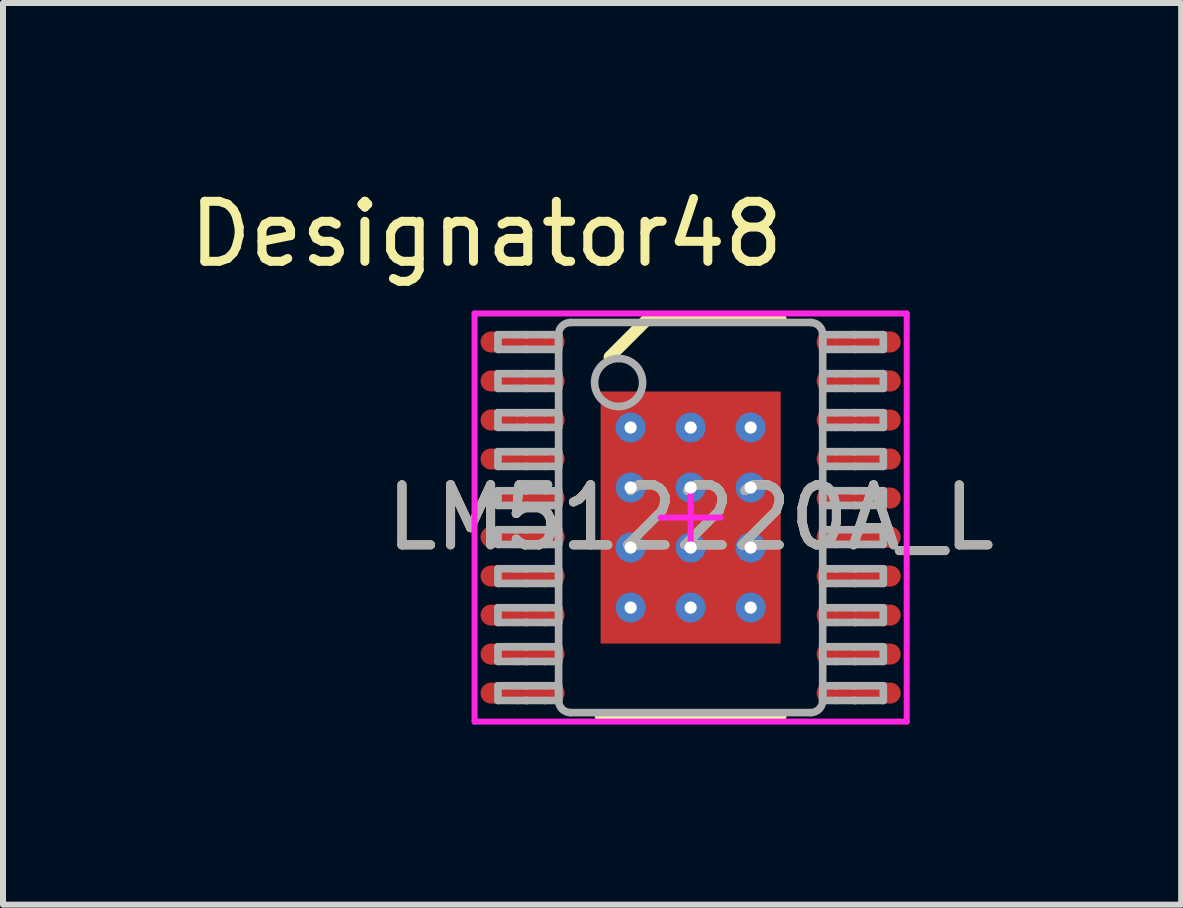
<source format=kicad_pcb>
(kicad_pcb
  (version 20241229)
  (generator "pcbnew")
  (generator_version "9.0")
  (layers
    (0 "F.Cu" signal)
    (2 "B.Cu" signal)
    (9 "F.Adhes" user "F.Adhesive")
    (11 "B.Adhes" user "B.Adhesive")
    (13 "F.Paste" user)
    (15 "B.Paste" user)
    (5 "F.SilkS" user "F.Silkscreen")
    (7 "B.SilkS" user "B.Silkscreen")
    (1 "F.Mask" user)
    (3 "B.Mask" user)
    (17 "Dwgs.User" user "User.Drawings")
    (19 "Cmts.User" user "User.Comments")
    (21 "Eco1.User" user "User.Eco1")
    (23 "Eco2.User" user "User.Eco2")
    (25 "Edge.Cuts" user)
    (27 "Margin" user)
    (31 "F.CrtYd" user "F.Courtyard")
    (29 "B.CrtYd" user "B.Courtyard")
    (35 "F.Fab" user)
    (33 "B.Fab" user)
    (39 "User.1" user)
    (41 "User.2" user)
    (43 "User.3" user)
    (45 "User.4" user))
  (footprint "LM512220A_L"
    (layer "F.Cu")
    (at 8.457 5.573)
    (property "Reference" "LM512220A_L" (at 0 0 0) (unlocked yes) (layer "F.SilkS") (effects (font (size 1 1) (thickness 0.15))))
    (attr smd)
    (fp_line (start -1.5 3.3) (end 1.5 3.3) (stroke (width 0.2) (type solid)) (layer "F.SilkS"))
    (fp_line (start -1.35 -2.675) (end -0.725 -3.3) (stroke (width 0.2) (type solid)) (layer "F.SilkS"))
    (fp_line (start -0.725 -3.3) (end 1.5 -3.3) (stroke (width 0.2) (type solid)) (layer "F.SilkS"))
    (fp_line (start -3.6 -3.4) (end 3.6 -3.4) (stroke (width 0.1) (type solid)) (layer "F.CrtYd"))
    (fp_line (start -3.6 3.4) (end -3.6 -3.4) (stroke (width 0.1) (type solid)) (layer "F.CrtYd"))
    (fp_line (start -3.6 3.4) (end 3.6 3.4) (stroke (width 0.1) (type solid)) (layer "F.CrtYd"))
    (fp_line (start -0.5 0) (end 0.5 0) (stroke (width 0.1) (type solid)) (layer "F.CrtYd"))
    (fp_line (start 0 0.5) (end 0 -0.5) (stroke (width 0.1) (type solid)) (layer "F.CrtYd"))
    (fp_line (start 3.6 3.4) (end 3.6 -3.4) (stroke (width 0.1) (type solid)) (layer "F.CrtYd"))
    (fp_line (start -3.21 -3.047) (end -2.887 -3.047) (stroke (width 0.127) (type solid)) (layer "F.Fab"))
    (fp_line (start -3.21 -2.802) (end -3.21 -3.047) (stroke (width 0.127) (type solid)) (layer "F.Fab"))
    (fp_line (start -3.21 -2.802) (end -2.887 -2.802) (stroke (width 0.127) (type solid)) (layer "F.Fab"))
    (fp_line (start -3.21 -2.397) (end -2.887 -2.397) (stroke (width 0.127) (type solid)) (layer "F.Fab"))
    (fp_line (start -3.21 -2.152) (end -3.21 -2.397) (stroke (width 0.127) (type solid)) (layer "F.Fab"))
    (fp_line (start -3.21 -2.152) (end -2.887 -2.152) (stroke (width 0.127) (type solid)) (layer "F.Fab"))
    (fp_line (start -3.21 -1.747) (end -2.887 -1.747) (stroke (width 0.127) (type solid)) (layer "F.Fab"))
    (fp_line (start -3.21 -1.502) (end -3.21 -1.747) (stroke (width 0.127) (type solid)) (layer "F.Fab"))
    (fp_line (start -3.21 -1.502) (end -2.887 -1.502) (stroke (width 0.127) (type solid)) (layer "F.Fab"))
    (fp_line (start -3.21 -1.097) (end -2.887 -1.097) (stroke (width 0.127) (type solid)) (layer "F.Fab"))
    (fp_line (start -3.21 -0.852) (end -3.21 -1.097) (stroke (width 0.127) (type solid)) (layer "F.Fab"))
    (fp_line (start -3.21 -0.852) (end -2.887 -0.852) (stroke (width 0.127) (type solid)) (layer "F.Fab"))
    (fp_line (start -3.21 -0.447) (end -2.887 -0.447) (stroke (width 0.127) (type solid)) (layer "F.Fab"))
    (fp_line (start -3.21 -0.202) (end -3.21 -0.447) (stroke (width 0.127) (type solid)) (layer "F.Fab"))
    (fp_line (start -3.21 -0.202) (end -2.887 -0.202) (stroke (width 0.127) (type solid)) (layer "F.Fab"))
    (fp_line (start -3.21 0.203) (end -2.887 0.203) (stroke (width 0.127) (type solid)) (layer "F.Fab"))
    (fp_line (start -3.21 0.448) (end -3.21 0.203) (stroke (width 0.127) (type solid)) (layer "F.Fab"))
    (fp_line (start -3.21 0.448) (end -2.887 0.448) (stroke (width 0.127) (type solid)) (layer "F.Fab"))
    (fp_line (start -3.21 0.853) (end -2.887 0.853) (stroke (width 0.127) (type solid)) (layer "F.Fab"))
    (fp_line (start -3.21 1.098) (end -3.21 0.853) (stroke (width 0.127) (type solid)) (layer "F.Fab"))
    (fp_line (start -3.21 1.098) (end -2.887 1.098) (stroke (width 0.127) (type solid)) (layer "F.Fab"))
    (fp_line (start -3.21 1.503) (end -2.887 1.503) (stroke (width 0.127) (type solid)) (layer "F.Fab"))
    (fp_line (start -3.21 1.748) (end -3.21 1.503) (stroke (width 0.127) (type solid)) (layer "F.Fab"))
    (fp_line (start -3.21 1.748) (end -2.887 1.748) (stroke (width 0.127) (type solid)) (layer "F.Fab"))
    (fp_line (start -3.21 2.153) (end -2.887 2.153) (stroke (width 0.127) (type solid)) (layer "F.Fab"))
    (fp_line (start -3.21 2.398) (end -3.21 2.153) (stroke (width 0.127) (type solid)) (layer "F.Fab"))
    (fp_line (start -3.21 2.398) (end -2.887 2.398) (stroke (width 0.127) (type solid)) (layer "F.Fab"))
    (fp_line (start -3.21 2.803) (end -2.887 2.803) (stroke (width 0.127) (type solid)) (layer "F.Fab"))
    (fp_line (start -3.21 3.048) (end -3.21 2.803) (stroke (width 0.127) (type solid)) (layer "F.Fab"))
    (fp_line (start -3.21 3.048) (end -2.887 3.048) (stroke (width 0.127) (type solid)) (layer "F.Fab"))
    (fp_line (start -2.887 -3.047) (end -2.739 -3.047) (stroke (width 0.127) (type solid)) (layer "F.Fab"))
    (fp_line (start -2.887 -2.802) (end -2.739 -2.802) (stroke (width 0.127) (type solid)) (layer "F.Fab"))
    (fp_line (start -2.887 -2.397) (end -2.739 -2.397) (stroke (width 0.127) (type solid)) (layer "F.Fab"))
    (fp_line (start -2.887 -2.152) (end -2.739 -2.152) (stroke (width 0.127) (type solid)) (layer "F.Fab"))
    (fp_line (start -2.887 -1.747) (end -2.739 -1.747) (stroke (width 0.127) (type solid)) (layer "F.Fab"))
    (fp_line (start -2.887 -1.502) (end -2.739 -1.502) (stroke (width 0.127) (type solid)) (layer "F.Fab"))
    (fp_line (start -2.887 -1.097) (end -2.739 -1.097) (stroke (width 0.127) (type solid)) (layer "F.Fab"))
    (fp_line (start -2.887 -0.852) (end -2.739 -0.852) (stroke (width 0.127) (type solid)) (layer "F.Fab"))
    (fp_line (start -2.887 -0.447) (end -2.739 -0.447) (stroke (width 0.127) (type solid)) (layer "F.Fab"))
    (fp_line (start -2.887 -0.202) (end -2.739 -0.202) (stroke (width 0.127) (type solid)) (layer "F.Fab"))
    (fp_line (start -2.887 0.203) (end -2.739 0.203) (stroke (width 0.127) (type solid)) (layer "F.Fab"))
    (fp_line (start -2.887 0.448) (end -2.739 0.448) (stroke (width 0.127) (type solid)) (layer "F.Fab"))
    (fp_line (start -2.887 0.853) (end -2.739 0.853) (stroke (width 0.127) (type solid)) (layer "F.Fab"))
    (fp_line (start -2.887 1.098) (end -2.739 1.098) (stroke (width 0.127) (type solid)) (layer "F.Fab"))
    (fp_line (start -2.887 1.503) (end -2.739 1.503) (stroke (width 0.127) (type solid)) (layer "F.Fab"))
    (fp_line (start -2.887 1.748) (end -2.739 1.748) (stroke (width 0.127) (type solid)) (layer "F.Fab"))
    (fp_line (start -2.887 2.153) (end -2.739 2.153) (stroke (width 0.127) (type solid)) (layer "F.Fab"))
    (fp_line (start -2.887 2.398) (end -2.739 2.398) (stroke (width 0.127) (type solid)) (layer "F.Fab"))
    (fp_line (start -2.887 2.803) (end -2.739 2.803) (stroke (width 0.127) (type solid)) (layer "F.Fab"))
    (fp_line (start -2.887 3.048) (end -2.739 3.048) (stroke (width 0.127) (type solid)) (layer "F.Fab"))
    (fp_line (start -2.739 -3.047) (end -2.733 -3.047) (stroke (width 0.127) (type solid)) (layer "F.Fab"))
    (fp_line (start -2.739 -2.802) (end -2.733 -2.802) (stroke (width 0.127) (type solid)) (layer "F.Fab"))
    (fp_line (start -2.739 -2.397) (end -2.733 -2.397) (stroke (width 0.127) (type solid)) (layer "F.Fab"))
    (fp_line (start -2.739 -2.152) (end -2.733 -2.152) (stroke (width 0.127) (type solid)) (layer "F.Fab"))
    (fp_line (start -2.739 -1.747) (end -2.733 -1.747) (stroke (width 0.127) (type solid)) (layer "F.Fab"))
    (fp_line (start -2.739 -1.502) (end -2.733 -1.502) (stroke (width 0.127) (type solid)) (layer "F.Fab"))
    (fp_line (start -2.739 -1.097) (end -2.733 -1.097) (stroke (width 0.127) (type solid)) (layer "F.Fab"))
    (fp_line (start -2.739 -0.852) (end -2.733 -0.852) (stroke (width 0.127) (type solid)) (layer "F.Fab"))
    (fp_line (start -2.739 -0.447) (end -2.733 -0.447) (stroke (width 0.127) (type solid)) (layer "F.Fab"))
    (fp_line (start -2.739 -0.202) (end -2.733 -0.202) (stroke (width 0.127) (type solid)) (layer "F.Fab"))
    (fp_line (start -2.739 0.203) (end -2.733 0.203) (stroke (width 0.127) (type solid)) (layer "F.Fab"))
    (fp_line (start -2.739 0.448) (end -2.733 0.448) (stroke (width 0.127) (type solid)) (layer "F.Fab"))
    (fp_line (start -2.739 0.853) (end -2.733 0.853) (stroke (width 0.127) (type solid)) (layer "F.Fab"))
    (fp_line (start -2.739 1.098) (end -2.733 1.098) (stroke (width 0.127) (type solid)) (layer "F.Fab"))
    (fp_line (start -2.739 1.503) (end -2.733 1.503) (stroke (width 0.127) (type solid)) (layer "F.Fab"))
    (fp_line (start -2.739 1.748) (end -2.733 1.748) (stroke (width 0.127) (type solid)) (layer "F.Fab"))
    (fp_line (start -2.739 2.153) (end -2.733 2.153) (stroke (width 0.127) (type solid)) (layer "F.Fab"))
    (fp_line (start -2.739 2.398) (end -2.733 2.398) (stroke (width 0.127) (type solid)) (layer "F.Fab"))
    (fp_line (start -2.739 2.803) (end -2.733 2.803) (stroke (width 0.127) (type solid)) (layer "F.Fab"))
    (fp_line (start -2.739 3.048) (end -2.733 3.048) (stroke (width 0.127) (type solid)) (layer "F.Fab"))
    (fp_line (start -2.733 -3.047) (end -2.431 -3.047) (stroke (width 0.127) (type solid)) (layer "F.Fab"))
    (fp_line (start -2.733 -2.802) (end -2.431 -2.802) (stroke (width 0.127) (type solid)) (layer "F.Fab"))
    (fp_line (start -2.733 -2.397) (end -2.431 -2.397) (stroke (width 0.127) (type solid)) (layer "F.Fab"))
    (fp_line (start -2.733 -2.152) (end -2.431 -2.152) (stroke (width 0.127) (type solid)) (layer "F.Fab"))
    (fp_line (start -2.733 -1.747) (end -2.431 -1.747) (stroke (width 0.127) (type solid)) (layer "F.Fab"))
    (fp_line (start -2.733 -1.502) (end -2.431 -1.502) (stroke (width 0.127) (type solid)) (layer "F.Fab"))
    (fp_line (start -2.733 -1.097) (end -2.431 -1.097) (stroke (width 0.127) (type solid)) (layer "F.Fab"))
    (fp_line (start -2.733 -0.852) (end -2.431 -0.852) (stroke (width 0.127) (type solid)) (layer "F.Fab"))
    (fp_line (start -2.733 -0.447) (end -2.431 -0.447) (stroke (width 0.127) (type solid)) (layer "F.Fab"))
    (fp_line (start -2.733 -0.202) (end -2.431 -0.202) (stroke (width 0.127) (type solid)) (layer "F.Fab"))
    (fp_line (start -2.733 0.203) (end -2.431 0.203) (stroke (width 0.127) (type solid)) (layer "F.Fab"))
    (fp_line (start -2.733 0.448) (end -2.431 0.448) (stroke (width 0.127) (type solid)) (layer "F.Fab"))
    (fp_line (start -2.733 0.853) (end -2.431 0.853) (stroke (width 0.127) (type solid)) (layer "F.Fab"))
    (fp_line (start -2.733 1.098) (end -2.431 1.098) (stroke (width 0.127) (type solid)) (layer "F.Fab"))
    (fp_line (start -2.733 1.503) (end -2.431 1.503) (stroke (width 0.127) (type solid)) (layer "F.Fab"))
    (fp_line (start -2.733 1.748) (end -2.431 1.748) (stroke (width 0.127) (type solid)) (layer "F.Fab"))
    (fp_line (start -2.733 2.153) (end -2.431 2.153) (stroke (width 0.127) (type solid)) (layer "F.Fab"))
    (fp_line (start -2.733 2.398) (end -2.431 2.398) (stroke (width 0.127) (type solid)) (layer "F.Fab"))
    (fp_line (start -2.733 2.803) (end -2.431 2.803) (stroke (width 0.127) (type solid)) (layer "F.Fab"))
    (fp_line (start -2.733 3.048) (end -2.431 3.048) (stroke (width 0.127) (type solid)) (layer "F.Fab"))
    (fp_line (start -2.431 -3.047) (end -2.2 -3.047) (stroke (width 0.127) (type solid)) (layer "F.Fab"))
    (fp_line (start -2.431 -2.802) (end -2.2 -2.802) (stroke (width 0.127) (type solid)) (layer "F.Fab"))
    (fp_line (start -2.431 -2.397) (end -2.2 -2.397) (stroke (width 0.127) (type solid)) (layer "F.Fab"))
    (fp_line (start -2.431 -2.152) (end -2.2 -2.152) (stroke (width 0.127) (type solid)) (layer "F.Fab"))
    (fp_line (start -2.431 -1.747) (end -2.2 -1.747) (stroke (width 0.127) (type solid)) (layer "F.Fab"))
    (fp_line (start -2.431 -1.502) (end -2.2 -1.502) (stroke (width 0.127) (type solid)) (layer "F.Fab"))
    (fp_line (start -2.431 -1.097) (end -2.2 -1.097) (stroke (width 0.127) (type solid)) (layer "F.Fab"))
    (fp_line (start -2.431 -0.852) (end -2.2 -0.852) (stroke (width 0.127) (type solid)) (layer "F.Fab"))
    (fp_line (start -2.431 -0.447) (end -2.2 -0.447) (stroke (width 0.127) (type solid)) (layer "F.Fab"))
    (fp_line (start -2.431 -0.202) (end -2.2 -0.202) (stroke (width 0.127) (type solid)) (layer "F.Fab"))
    (fp_line (start -2.431 0.203) (end -2.2 0.203) (stroke (width 0.127) (type solid)) (layer "F.Fab"))
    (fp_line (start -2.431 0.448) (end -2.2 0.448) (stroke (width 0.127) (type solid)) (layer "F.Fab"))
    (fp_line (start -2.431 0.853) (end -2.2 0.853) (stroke (width 0.127) (type solid)) (layer "F.Fab"))
    (fp_line (start -2.431 1.098) (end -2.2 1.098) (stroke (width 0.127) (type solid)) (layer "F.Fab"))
    (fp_line (start -2.431 1.503) (end -2.2 1.503) (stroke (width 0.127) (type solid)) (layer "F.Fab"))
    (fp_line (start -2.431 1.748) (end -2.2 1.748) (stroke (width 0.127) (type solid)) (layer "F.Fab"))
    (fp_line (start -2.431 2.153) (end -2.2 2.153) (stroke (width 0.127) (type solid)) (layer "F.Fab"))
    (fp_line (start -2.431 2.398) (end -2.2 2.398) (stroke (width 0.127) (type solid)) (layer "F.Fab"))
    (fp_line (start -2.431 2.803) (end -2.2 2.803) (stroke (width 0.127) (type solid)) (layer "F.Fab"))
    (fp_line (start -2.431 3.048) (end -2.2 3.048) (stroke (width 0.127) (type solid)) (layer "F.Fab"))
    (fp_line (start -2.2 -2.802) (end -2.2 -3.047) (stroke (width 0.127) (type solid)) (layer "F.Fab"))
    (fp_line (start -2.2 -2.152) (end -2.2 -2.397) (stroke (width 0.127) (type solid)) (layer "F.Fab"))
    (fp_line (start -2.2 -1.502) (end -2.2 -1.747) (stroke (width 0.127) (type solid)) (layer "F.Fab"))
    (fp_line (start -2.2 -0.852) (end -2.2 -1.097) (stroke (width 0.127) (type solid)) (layer "F.Fab"))
    (fp_line (start -2.2 -0.202) (end -2.2 -0.447) (stroke (width 0.127) (type solid)) (layer "F.Fab"))
    (fp_line (start -2.2 0.448) (end -2.2 0.203) (stroke (width 0.127) (type solid)) (layer "F.Fab"))
    (fp_line (start -2.2 1.098) (end -2.2 0.853) (stroke (width 0.127) (type solid)) (layer "F.Fab"))
    (fp_line (start -2.2 1.748) (end -2.2 1.503) (stroke (width 0.127) (type solid)) (layer "F.Fab"))
    (fp_line (start -2.2 2.398) (end -2.2 2.153) (stroke (width 0.127) (type solid)) (layer "F.Fab"))
    (fp_line (start -2.2 3.048) (end -2.2 2.803) (stroke (width 0.127) (type solid)) (layer "F.Fab"))
    (fp_line (start -2.2 3.05) (end -2.2 -3.05) (stroke (width 0.127) (type solid)) (layer "F.Fab"))
    (fp_line (start -2 -3.25) (end 2 -3.25) (stroke (width 0.127) (type solid)) (layer "F.Fab"))
    (fp_line (start -2 3.25) (end 2 3.25) (stroke (width 0.127) (type solid)) (layer "F.Fab"))
    (fp_line (start 2.2 -3.047) (end 2.43 -3.047) (stroke (width 0.127) (type solid)) (layer "F.Fab"))
    (fp_line (start 2.2 -2.802) (end 2.2 -3.047) (stroke (width 0.127) (type solid)) (layer "F.Fab"))
    (fp_line (start 2.2 -2.802) (end 2.43 -2.802) (stroke (width 0.127) (type solid)) (layer "F.Fab"))
    (fp_line (start 2.2 -2.397) (end 2.43 -2.397) (stroke (width 0.127) (type solid)) (layer "F.Fab"))
    (fp_line (start 2.2 -2.152) (end 2.2 -2.397) (stroke (width 0.127) (type solid)) (layer "F.Fab"))
    (fp_line (start 2.2 -2.152) (end 2.43 -2.152) (stroke (width 0.127) (type solid)) (layer "F.Fab"))
    (fp_line (start 2.2 -1.747) (end 2.43 -1.747) (stroke (width 0.127) (type solid)) (layer "F.Fab"))
    (fp_line (start 2.2 -1.502) (end 2.2 -1.747) (stroke (width 0.127) (type solid)) (layer "F.Fab"))
    (fp_line (start 2.2 -1.502) (end 2.43 -1.502) (stroke (width 0.127) (type solid)) (layer "F.Fab"))
    (fp_line (start 2.2 -1.097) (end 2.43 -1.097) (stroke (width 0.127) (type solid)) (layer "F.Fab"))
    (fp_line (start 2.2 -0.852) (end 2.2 -1.097) (stroke (width 0.127) (type solid)) (layer "F.Fab"))
    (fp_line (start 2.2 -0.852) (end 2.43 -0.852) (stroke (width 0.127) (type solid)) (layer "F.Fab"))
    (fp_line (start 2.2 -0.447) (end 2.43 -0.447) (stroke (width 0.127) (type solid)) (layer "F.Fab"))
    (fp_line (start 2.2 -0.202) (end 2.2 -0.447) (stroke (width 0.127) (type solid)) (layer "F.Fab"))
    (fp_line (start 2.2 -0.202) (end 2.43 -0.202) (stroke (width 0.127) (type solid)) (layer "F.Fab"))
    (fp_line (start 2.2 0.203) (end 2.43 0.203) (stroke (width 0.127) (type solid)) (layer "F.Fab"))
    (fp_line (start 2.2 0.448) (end 2.2 0.203) (stroke (width 0.127) (type solid)) (layer "F.Fab"))
    (fp_line (start 2.2 0.448) (end 2.43 0.448) (stroke (width 0.127) (type solid)) (layer "F.Fab"))
    (fp_line (start 2.2 0.853) (end 2.43 0.853) (stroke (width 0.127) (type solid)) (layer "F.Fab"))
    (fp_line (start 2.2 1.098) (end 2.2 0.853) (stroke (width 0.127) (type solid)) (layer "F.Fab"))
    (fp_line (start 2.2 1.098) (end 2.43 1.098) (stroke (width 0.127) (type solid)) (layer "F.Fab"))
    (fp_line (start 2.2 1.503) (end 2.43 1.503) (stroke (width 0.127) (type solid)) (layer "F.Fab"))
    (fp_line (start 2.2 1.748) (end 2.2 1.503) (stroke (width 0.127) (type solid)) (layer "F.Fab"))
    (fp_line (start 2.2 1.748) (end 2.43 1.748) (stroke (width 0.127) (type solid)) (layer "F.Fab"))
    (fp_line (start 2.2 2.153) (end 2.43 2.153) (stroke (width 0.127) (type solid)) (layer "F.Fab"))
    (fp_line (start 2.2 2.398) (end 2.2 2.153) (stroke (width 0.127) (type solid)) (layer "F.Fab"))
    (fp_line (start 2.2 2.398) (end 2.43 2.398) (stroke (width 0.127) (type solid)) (layer "F.Fab"))
    (fp_line (start 2.2 2.803) (end 2.43 2.803) (stroke (width 0.127) (type solid)) (layer "F.Fab"))
    (fp_line (start 2.2 3.048) (end 2.2 2.803) (stroke (width 0.127) (type solid)) (layer "F.Fab"))
    (fp_line (start 2.2 3.048) (end 2.43 3.048) (stroke (width 0.127) (type solid)) (layer "F.Fab"))
    (fp_line (start 2.2 3.05) (end 2.2 -3.05) (stroke (width 0.127) (type solid)) (layer "F.Fab"))
    (fp_line (start 2.43 -3.047) (end 2.733 -3.047) (stroke (width 0.127) (type solid)) (layer "F.Fab"))
    (fp_line (start 2.43 -2.802) (end 2.733 -2.802) (stroke (width 0.127) (type solid)) (layer "F.Fab"))
    (fp_line (start 2.43 -2.397) (end 2.733 -2.397) (stroke (width 0.127) (type solid)) (layer "F.Fab"))
    (fp_line (start 2.43 -2.152) (end 2.733 -2.152) (stroke (width 0.127) (type solid)) (layer "F.Fab"))
    (fp_line (start 2.43 -1.747) (end 2.733 -1.747) (stroke (width 0.127) (type solid)) (layer "F.Fab"))
    (fp_line (start 2.43 -1.502) (end 2.733 -1.502) (stroke (width 0.127) (type solid)) (layer "F.Fab"))
    (fp_line (start 2.43 -1.097) (end 2.733 -1.097) (stroke (width 0.127) (type solid)) (layer "F.Fab"))
    (fp_line (start 2.43 -0.852) (end 2.733 -0.852) (stroke (width 0.127) (type solid)) (layer "F.Fab"))
    (fp_line (start 2.43 -0.447) (end 2.733 -0.447) (stroke (width 0.127) (type solid)) (layer "F.Fab"))
    (fp_line (start 2.43 -0.202) (end 2.733 -0.202) (stroke (width 0.127) (type solid)) (layer "F.Fab"))
    (fp_line (start 2.43 0.203) (end 2.733 0.203) (stroke (width 0.127) (type solid)) (layer "F.Fab"))
    (fp_line (start 2.43 0.448) (end 2.733 0.448) (stroke (width 0.127) (type solid)) (layer "F.Fab"))
    (fp_line (start 2.43 0.853) (end 2.733 0.853) (stroke (width 0.127) (type solid)) (layer "F.Fab"))
    (fp_line (start 2.43 1.098) (end 2.733 1.098) (stroke (width 0.127) (type solid)) (layer "F.Fab"))
    (fp_line (start 2.43 1.503) (end 2.733 1.503) (stroke (width 0.127) (type solid)) (layer "F.Fab"))
    (fp_line (start 2.43 1.748) (end 2.733 1.748) (stroke (width 0.127) (type solid)) (layer "F.Fab"))
    (fp_line (start 2.43 2.153) (end 2.733 2.153) (stroke (width 0.127) (type solid)) (layer "F.Fab"))
    (fp_line (start 2.43 2.398) (end 2.733 2.398) (stroke (width 0.127) (type solid)) (layer "F.Fab"))
    (fp_line (start 2.43 2.803) (end 2.733 2.803) (stroke (width 0.127) (type solid)) (layer "F.Fab"))
    (fp_line (start 2.43 3.048) (end 2.733 3.048) (stroke (width 0.127) (type solid)) (layer "F.Fab"))
    (fp_line (start 2.733 -3.047) (end 2.739 -3.047) (stroke (width 0.127) (type solid)) (layer "F.Fab"))
    (fp_line (start 2.733 -2.802) (end 2.739 -2.802) (stroke (width 0.127) (type solid)) (layer "F.Fab"))
    (fp_line (start 2.733 -2.397) (end 2.739 -2.397) (stroke (width 0.127) (type solid)) (layer "F.Fab"))
    (fp_line (start 2.733 -2.152) (end 2.739 -2.152) (stroke (width 0.127) (type solid)) (layer "F.Fab"))
    (fp_line (start 2.733 -1.747) (end 2.739 -1.747) (stroke (width 0.127) (type solid)) (layer "F.Fab"))
    (fp_line (start 2.733 -1.502) (end 2.739 -1.502) (stroke (width 0.127) (type solid)) (layer "F.Fab"))
    (fp_line (start 2.733 -1.097) (end 2.739 -1.097) (stroke (width 0.127) (type solid)) (layer "F.Fab"))
    (fp_line (start 2.733 -0.852) (end 2.739 -0.852) (stroke (width 0.127) (type solid)) (layer "F.Fab"))
    (fp_line (start 2.733 -0.447) (end 2.739 -0.447) (stroke (width 0.127) (type solid)) (layer "F.Fab"))
    (fp_line (start 2.733 -0.202) (end 2.739 -0.202) (stroke (width 0.127) (type solid)) (layer "F.Fab"))
    (fp_line (start 2.733 0.203) (end 2.739 0.203) (stroke (width 0.127) (type solid)) (layer "F.Fab"))
    (fp_line (start 2.733 0.448) (end 2.739 0.448) (stroke (width 0.127) (type solid)) (layer "F.Fab"))
    (fp_line (start 2.733 0.853) (end 2.739 0.853) (stroke (width 0.127) (type solid)) (layer "F.Fab"))
    (fp_line (start 2.733 1.098) (end 2.739 1.098) (stroke (width 0.127) (type solid)) (layer "F.Fab"))
    (fp_line (start 2.733 1.503) (end 2.739 1.503) (stroke (width 0.127) (type solid)) (layer "F.Fab"))
    (fp_line (start 2.733 1.748) (end 2.739 1.748) (stroke (width 0.127) (type solid)) (layer "F.Fab"))
    (fp_line (start 2.733 2.153) (end 2.739 2.153) (stroke (width 0.127) (type solid)) (layer "F.Fab"))
    (fp_line (start 2.733 2.398) (end 2.739 2.398) (stroke (width 0.127) (type solid)) (layer "F.Fab"))
    (fp_line (start 2.733 2.803) (end 2.739 2.803) (stroke (width 0.127) (type solid)) (layer "F.Fab"))
    (fp_line (start 2.733 3.048) (end 2.739 3.048) (stroke (width 0.127) (type solid)) (layer "F.Fab"))
    (fp_line (start 2.739 -3.047) (end 2.887 -3.047) (stroke (width 0.127) (type solid)) (layer "F.Fab"))
    (fp_line (start 2.739 -2.802) (end 2.887 -2.802) (stroke (width 0.127) (type solid)) (layer "F.Fab"))
    (fp_line (start 2.739 -2.397) (end 2.887 -2.397) (stroke (width 0.127) (type solid)) (layer "F.Fab"))
    (fp_line (start 2.739 -2.152) (end 2.887 -2.152) (stroke (width 0.127) (type solid)) (layer "F.Fab"))
    (fp_line (start 2.739 -1.747) (end 2.887 -1.747) (stroke (width 0.127) (type solid)) (layer "F.Fab"))
    (fp_line (start 2.739 -1.502) (end 2.887 -1.502) (stroke (width 0.127) (type solid)) (layer "F.Fab"))
    (fp_line (start 2.739 -1.097) (end 2.887 -1.097) (stroke (width 0.127) (type solid)) (layer "F.Fab"))
    (fp_line (start 2.739 -0.852) (end 2.887 -0.852) (stroke (width 0.127) (type solid)) (layer "F.Fab"))
    (fp_line (start 2.739 -0.447) (end 2.887 -0.447) (stroke (width 0.127) (type solid)) (layer "F.Fab"))
    (fp_line (start 2.739 -0.202) (end 2.887 -0.202) (stroke (width 0.127) (type solid)) (layer "F.Fab"))
    (fp_line (start 2.739 0.203) (end 2.887 0.203) (stroke (width 0.127) (type solid)) (layer "F.Fab"))
    (fp_line (start 2.739 0.448) (end 2.887 0.448) (stroke (width 0.127) (type solid)) (layer "F.Fab"))
    (fp_line (start 2.739 0.853) (end 2.887 0.853) (stroke (width 0.127) (type solid)) (layer "F.Fab"))
    (fp_line (start 2.739 1.098) (end 2.887 1.098) (stroke (width 0.127) (type solid)) (layer "F.Fab"))
    (fp_line (start 2.739 1.503) (end 2.887 1.503) (stroke (width 0.127) (type solid)) (layer "F.Fab"))
    (fp_line (start 2.739 1.748) (end 2.887 1.748) (stroke (width 0.127) (type solid)) (layer "F.Fab"))
    (fp_line (start 2.739 2.153) (end 2.887 2.153) (stroke (width 0.127) (type solid)) (layer "F.Fab"))
    (fp_line (start 2.739 2.398) (end 2.887 2.398) (stroke (width 0.127) (type solid)) (layer "F.Fab"))
    (fp_line (start 2.739 2.803) (end 2.887 2.803) (stroke (width 0.127) (type solid)) (layer "F.Fab"))
    (fp_line (start 2.739 3.048) (end 2.887 3.048) (stroke (width 0.127) (type solid)) (layer "F.Fab"))
    (fp_line (start 2.887 -3.047) (end 3.21 -3.047) (stroke (width 0.127) (type solid)) (layer "F.Fab"))
    (fp_line (start 2.887 -2.802) (end 3.21 -2.802) (stroke (width 0.127) (type solid)) (layer "F.Fab"))
    (fp_line (start 2.887 -2.397) (end 3.21 -2.397) (stroke (width 0.127) (type solid)) (layer "F.Fab"))
    (fp_line (start 2.887 -2.152) (end 3.21 -2.152) (stroke (width 0.127) (type solid)) (layer "F.Fab"))
    (fp_line (start 2.887 -1.747) (end 3.21 -1.747) (stroke (width 0.127) (type solid)) (layer "F.Fab"))
    (fp_line (start 2.887 -1.502) (end 3.21 -1.502) (stroke (width 0.127) (type solid)) (layer "F.Fab"))
    (fp_line (start 2.887 -1.097) (end 3.21 -1.097) (stroke (width 0.127) (type solid)) (layer "F.Fab"))
    (fp_line (start 2.887 -0.852) (end 3.21 -0.852) (stroke (width 0.127) (type solid)) (layer "F.Fab"))
    (fp_line (start 2.887 -0.447) (end 3.21 -0.447) (stroke (width 0.127) (type solid)) (layer "F.Fab"))
    (fp_line (start 2.887 -0.202) (end 3.21 -0.202) (stroke (width 0.127) (type solid)) (layer "F.Fab"))
    (fp_line (start 2.887 0.203) (end 3.21 0.203) (stroke (width 0.127) (type solid)) (layer "F.Fab"))
    (fp_line (start 2.887 0.448) (end 3.21 0.448) (stroke (width 0.127) (type solid)) (layer "F.Fab"))
    (fp_line (start 2.887 0.853) (end 3.21 0.853) (stroke (width 0.127) (type solid)) (layer "F.Fab"))
    (fp_line (start 2.887 1.098) (end 3.21 1.098) (stroke (width 0.127) (type solid)) (layer "F.Fab"))
    (fp_line (start 2.887 1.503) (end 3.21 1.503) (stroke (width 0.127) (type solid)) (layer "F.Fab"))
    (fp_line (start 2.887 1.748) (end 3.21 1.748) (stroke (width 0.127) (type solid)) (layer "F.Fab"))
    (fp_line (start 2.887 2.153) (end 3.21 2.153) (stroke (width 0.127) (type solid)) (layer "F.Fab"))
    (fp_line (start 2.887 2.398) (end 3.21 2.398) (stroke (width 0.127) (type solid)) (layer "F.Fab"))
    (fp_line (start 2.887 2.803) (end 3.21 2.803) (stroke (width 0.127) (type solid)) (layer "F.Fab"))
    (fp_line (start 2.887 3.048) (end 3.21 3.048) (stroke (width 0.127) (type solid)) (layer "F.Fab"))
    (fp_line (start 3.21 -2.802) (end 3.21 -3.047) (stroke (width 0.127) (type solid)) (layer "F.Fab"))
    (fp_line (start 3.21 -2.152) (end 3.21 -2.397) (stroke (width 0.127) (type solid)) (layer "F.Fab"))
    (fp_line (start 3.21 -1.502) (end 3.21 -1.747) (stroke (width 0.127) (type solid)) (layer "F.Fab"))
    (fp_line (start 3.21 -0.852) (end 3.21 -1.097) (stroke (width 0.127) (type solid)) (layer "F.Fab"))
    (fp_line (start 3.21 -0.202) (end 3.21 -0.447) (stroke (width 0.127) (type solid)) (layer "F.Fab"))
    (fp_line (start 3.21 0.448) (end 3.21 0.203) (stroke (width 0.127) (type solid)) (layer "F.Fab"))
    (fp_line (start 3.21 1.098) (end 3.21 0.853) (stroke (width 0.127) (type solid)) (layer "F.Fab"))
    (fp_line (start 3.21 1.748) (end 3.21 1.503) (stroke (width 0.127) (type solid)) (layer "F.Fab"))
    (fp_line (start 3.21 2.398) (end 3.21 2.153) (stroke (width 0.127) (type solid)) (layer "F.Fab"))
    (fp_line (start 3.21 3.048) (end 3.21 2.803) (stroke (width 0.127) (type solid)) (layer "F.Fab"))
    (fp_arc (start -2.200001 -3.049986) (mid -2.141422 -3.191407) (end -2.000001 -3.249986) (stroke (width 0.127) (type solid)) (layer "F.Fab"))
    (fp_arc (start -2.000001 3.250001) (mid -2.141422 3.191423) (end -2.200001 3.050002) (stroke (width 0.127) (type solid)) (layer "F.Fab"))
    (fp_arc (start -1.200003 -2.649987) (mid -0.800003 -2.249988) (end -1.200003 -1.849989) (stroke (width 0.127) (type solid)) (layer "F.Fab"))
    (fp_arc (start -1.200003 -1.849989) (mid -1.600002 -2.249988) (end -1.200003 -2.649987) (stroke (width 0.127) (type solid)) (layer "F.Fab"))
    (fp_arc (start 1.999991 -3.249986) (mid 2.141412 -3.191407) (end 2.199991 -3.049986) (stroke (width 0.127) (type solid)) (layer "F.Fab"))
    (fp_arc (start 2.199991 3.050002) (mid 2.141412 3.191423) (end 1.999991 3.250001) (stroke (width 0.127) (type solid)) (layer "F.Fab"))
    (fp_text user "Designator48" (at -3.404 -4.724 0) (unlocked yes) (layer "F.SilkS") (effects (font (size 1 1) (thickness 0.15))))
    (fp_text user "${REFERENCE}" (at 0 0 0) (unlocked yes) (layer "F.Fab") (effects (font (size 1 1) (thickness 0.15))))
    (pad "1" smd oval (at -2.8 -2.925 90) (size 0.35 1.4) (layers "F.Cu" "F.Mask" "F.Paste"))
    (pad "2" smd oval (at -2.8 -2.275 90) (size 0.35 1.4) (layers "F.Cu" "F.Mask" "F.Paste"))
    (pad "3" smd oval (at -2.8 -1.625 90) (size 0.35 1.4) (layers "F.Cu" "F.Mask" "F.Paste"))
    (pad "4" smd oval (at -2.8 -0.975 90) (size 0.35 1.4) (layers "F.Cu" "F.Mask" "F.Paste"))
    (pad "5" smd oval (at -2.8 -0.325 90) (size 0.35 1.4) (layers "F.Cu" "F.Mask" "F.Paste"))
    (pad "6" smd oval (at -2.8 0.325 90) (size 0.35 1.4) (layers "F.Cu" "F.Mask" "F.Paste"))
    (pad "7" smd oval (at -2.8 0.975 90) (size 0.35 1.4) (layers "F.Cu" "F.Mask" "F.Paste"))
    (pad "8" smd oval (at -2.8 1.625 90) (size 0.35 1.4) (layers "F.Cu" "F.Mask" "F.Paste"))
    (pad "9" smd oval (at -2.8 2.275 90) (size 0.35 1.4) (layers "F.Cu" "F.Mask" "F.Paste"))
    (pad "10" smd oval (at -2.8 2.925 90) (size 0.35 1.4) (layers "F.Cu" "F.Mask" "F.Paste"))
    (pad "11" smd oval (at 2.8 2.925 90) (size 0.35 1.4) (layers "F.Cu" "F.Mask" "F.Paste"))
    (pad "12" smd oval (at 2.8 2.275 90) (size 0.35 1.4) (layers "F.Cu" "F.Mask" "F.Paste"))
    (pad "13" smd oval (at 2.8 1.625 90) (size 0.35 1.4) (layers "F.Cu" "F.Mask" "F.Paste"))
    (pad "14" smd oval (at 2.8 0.975 90) (size 0.35 1.4) (layers "F.Cu" "F.Mask" "F.Paste"))
    (pad "15" smd oval (at 2.8 0.325 90) (size 0.35 1.4) (layers "F.Cu" "F.Mask" "F.Paste"))
    (pad "16" smd oval (at 2.8 -0.325 90) (size 0.35 1.4) (layers "F.Cu" "F.Mask" "F.Paste"))
    (pad "17" smd oval (at 2.8 -0.975 90) (size 0.35 1.4) (layers "F.Cu" "F.Mask" "F.Paste"))
    (pad "18" smd oval (at 2.8 -1.625 90) (size 0.35 1.4) (layers "F.Cu" "F.Mask" "F.Paste"))
    (pad "19" smd oval (at 2.8 -2.275 90) (size 0.35 1.4) (layers "F.Cu" "F.Mask" "F.Paste"))
    (pad "20" smd oval (at 2.8 -2.925 90) (size 0.35 1.4) (layers "F.Cu" "F.Mask" "F.Paste"))
    (pad "21" smd rect (at 0 0) (size 3 4.2) (layers "F.Cu" "F.Mask" "F.Paste"))
    (pad "V" thru_hole circle (at -1 -1.5) (size 0.5 0.5) (drill 0.203) (layers "*.Cu" "*.Mask"))
    (pad "V" thru_hole circle (at -1 -0.5) (size 0.5 0.5) (drill 0.203) (layers "*.Cu" "*.Mask"))
    (pad "V" thru_hole circle (at -1 0.5) (size 0.5 0.5) (drill 0.203) (layers "*.Cu" "*.Mask"))
    (pad "V" thru_hole circle (at -1 1.5) (size 0.5 0.5) (drill 0.203) (layers "*.Cu" "*.Mask"))
    (pad "V" thru_hole circle (at 0 -1.5) (size 0.5 0.5) (drill 0.203) (layers "*.Cu" "*.Mask"))
    (pad "V" thru_hole circle (at 0 -0.5) (size 0.5 0.5) (drill 0.203) (layers "*.Cu" "*.Mask"))
    (pad "V" thru_hole circle (at 0 0.5) (size 0.5 0.5) (drill 0.203) (layers "*.Cu" "*.Mask"))
    (pad "V" thru_hole circle (at 0 1.5) (size 0.5 0.5) (drill 0.203) (layers "*.Cu" "*.Mask"))
    (pad "V" thru_hole circle (at 1 -1.5) (size 0.5 0.5) (drill 0.203) (layers "*.Cu" "*.Mask"))
    (pad "V" thru_hole circle (at 1 -0.5) (size 0.5 0.5) (drill 0.203) (layers "*.Cu" "*.Mask"))
    (pad "V" thru_hole circle (at 1 0.5) (size 0.5 0.5) (drill 0.203) (layers "*.Cu" "*.Mask"))
    (pad "V" thru_hole circle (at 1 1.5) (size 0.5 0.5) (drill 0.203) (layers "*.Cu" "*.Mask")))
  (gr_rect
    (start -3 -3)
    (end 16.63 12.023)
    (stroke (width 0.1) (type default))
    (fill no)
    (layer "Edge.Cuts")))
</source>
